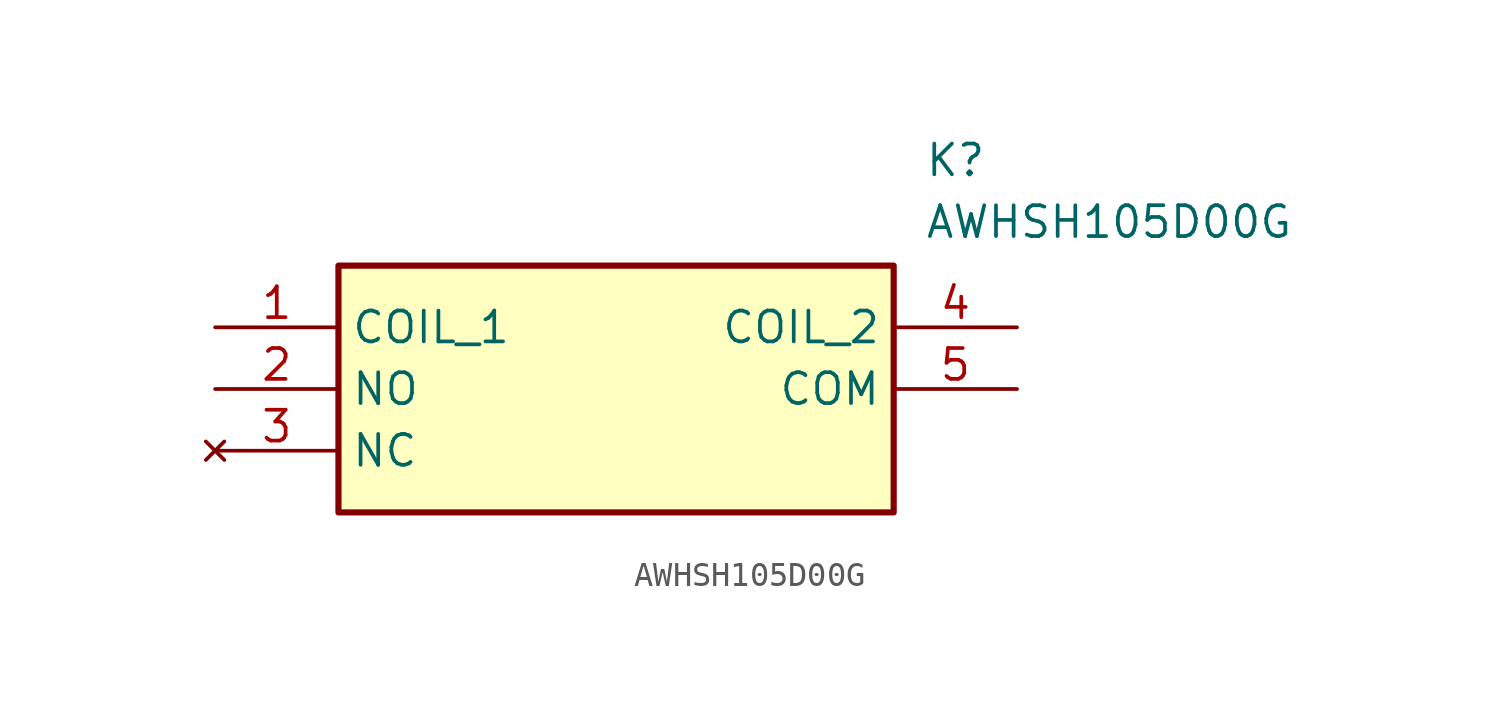
<source format=kicad_sym>
(kicad_symbol_lib
  (version 20211014)
  (generator SamacSys_ECAD_Model)
  (symbol "AWHSH105D00G"
    (property "Reference" "K"
      (at 29.21 7.62 0)
      (effects (font (size 1.27 1.27)) (justify left top)))
    (property "Value" "AWHSH105D00G"
      (at 29.21 5.08 0)
      (effects (font (size 1.27 1.27)) (justify left top)))
    (rectangle
      (start 5.08 2.54)
      (end 27.94 -7.62)
      (stroke (width 0.254) (type default))
      (fill (type background)))
    (pin passive line
      (at 0 0 0)
      (length 5.08)
      (name "COIL_1" (effects (font (size 1.27 1.27))))
      (number "1" (effects (font (size 1.27 1.27)))))
    (pin passive line
      (at 0 -2.54 0)
      (length 5.08)
      (name "NO" (effects (font (size 1.27 1.27))))
      (number "2" (effects (font (size 1.27 1.27)))))
    (pin no_connect line
      (at 0 -5.08 0)
      (length 5.08)
      (name "NC" (effects (font (size 1.27 1.27))))
      (number "3" (effects (font (size 1.27 1.27)))))
    (pin passive line
      (at 33.02 0 180)
      (length 5.08)
      (name "COIL_2" (effects (font (size 1.27 1.27))))
      (number "4" (effects (font (size 1.27 1.27)))))
    (pin passive line
      (at 33.02 -2.54 180)
      (length 5.08)
      (name "COM" (effects (font (size 1.27 1.27))))
      (number "5" (effects (font (size 1.27 1.27)))))))
</source>
